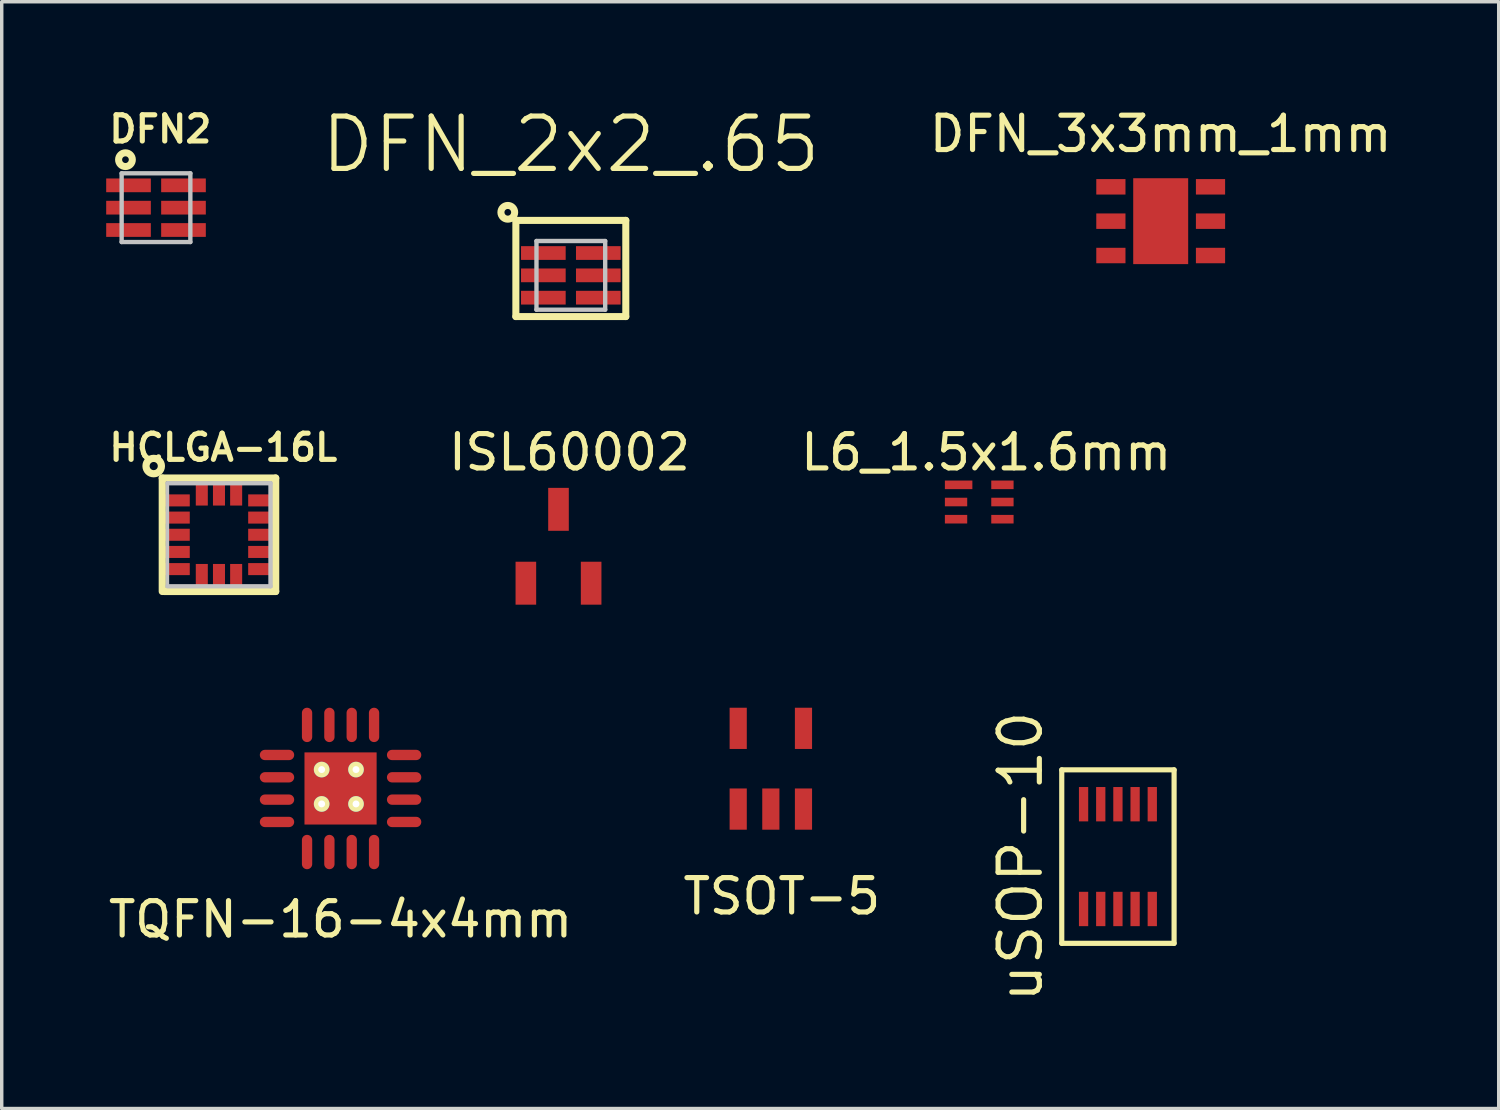
<source format=kicad_pcb>
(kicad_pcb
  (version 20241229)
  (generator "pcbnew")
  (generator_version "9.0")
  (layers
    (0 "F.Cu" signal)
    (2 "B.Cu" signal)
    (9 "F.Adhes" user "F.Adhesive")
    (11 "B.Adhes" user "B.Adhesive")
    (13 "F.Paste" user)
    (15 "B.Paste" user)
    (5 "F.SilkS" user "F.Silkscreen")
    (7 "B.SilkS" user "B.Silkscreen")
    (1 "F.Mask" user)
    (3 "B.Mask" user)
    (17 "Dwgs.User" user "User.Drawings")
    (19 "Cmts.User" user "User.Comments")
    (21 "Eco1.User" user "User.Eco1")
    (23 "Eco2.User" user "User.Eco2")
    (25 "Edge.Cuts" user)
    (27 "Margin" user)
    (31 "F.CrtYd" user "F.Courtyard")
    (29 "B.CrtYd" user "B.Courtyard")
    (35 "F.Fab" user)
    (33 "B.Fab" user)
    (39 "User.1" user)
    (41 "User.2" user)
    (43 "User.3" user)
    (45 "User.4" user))
  (footprint "DFN_2x2_.65"
    (layer "F.Cu")
    (at 13.566 4.965)
    (property "Reference" "DFN_2x2_.65" (at 0 -3.81 0) (layer "F.SilkS") (effects (font (size 1.524 1.524) (thickness 0.15))))
    (attr through_hole)
    (fp_line (start -1.6 -1.6) (end -1.6 1.2) (stroke (width 0.205) (type solid)) (layer "F.SilkS"))
    (fp_line (start -1.6 1.2) (end 1.6 1.2) (stroke (width 0.205) (type solid)) (layer "F.SilkS"))
    (fp_line (start 1.6 -1.6) (end -1.6 -1.6) (stroke (width 0.205) (type solid)) (layer "F.SilkS"))
    (fp_line (start 1.6 1.2) (end 1.6 -1.6) (stroke (width 0.205) (type solid)) (layer "F.SilkS"))
    (fp_circle (center -1.835 -1.835) (end -1.635 -1.835) (stroke (width 0.205) (type solid)) (fill no) (layer "F.SilkS"))
    (fp_line (start -1 -1) (end -1 1) (stroke (width 0.127) (type solid)) (layer "Dwgs.User"))
    (fp_line (start -1 1) (end 1 1) (stroke (width 0.127) (type solid)) (layer "Dwgs.User"))
    (fp_line (start 1 -1) (end -1 -1) (stroke (width 0.127) (type solid)) (layer "Dwgs.User"))
    (fp_line (start 1 1) (end 1 -1) (stroke (width 0.127) (type solid)) (layer "Dwgs.User"))
    (pad "1" smd rect (at -0.8 -0.65 90) (size 0.4 1.3) (layers "F.Cu" "F.Mask" "F.Paste"))
    (pad "2" smd rect (at -0.8 0 90) (size 0.4 1.3) (layers "F.Cu" "F.Mask" "F.Paste"))
    (pad "3" smd rect (at -0.8 0.65 90) (size 0.4 1.3) (layers "F.Cu" "F.Mask" "F.Paste"))
    (pad "4" smd rect (at 0.8 0.65 90) (size 0.4 1.3) (layers "F.Cu" "F.Mask" "F.Paste"))
    (pad "5" smd rect (at 0.8 0 90) (size 0.4 1.3) (layers "F.Cu" "F.Mask" "F.Paste"))
    (pad "6" smd rect (at 0.8 -0.65 90) (size 0.4 1.3) (layers "F.Cu" "F.Mask" "F.Paste")))
  (footprint "DFN_3x3mm_1mm"
    (layer "F.Cu")
    (at 30.736 3.388)
    (property "Reference" "DFN_3x3mm_1mm" (at 0 -2.54 0) (layer "F.SilkS") (effects (font (size 1 1) (thickness 0.15))))
    (attr through_hole)
    (pad "1" smd rect (at -1.45 -1 90) (size 0.45 0.85) (layers "F.Cu" "F.Mask" "F.Paste"))
    (pad "2" smd rect (at -1.45 0 90) (size 0.45 0.85) (layers "F.Cu" "F.Mask" "F.Paste"))
    (pad "3" smd rect (at -1.45 1 90) (size 0.45 0.85) (layers "F.Cu" "F.Mask" "F.Paste"))
    (pad "4" smd rect (at 1.45 1 90) (size 0.45 0.85) (layers "F.Cu" "F.Mask" "F.Paste"))
    (pad "5" smd rect (at 1.45 0 90) (size 0.45 0.85) (layers "F.Cu" "F.Mask" "F.Paste"))
    (pad "6" smd rect (at 1.45 -1 90) (size 0.45 0.85) (layers "F.Cu" "F.Mask" "F.Paste"))
    (pad "7" smd rect (at 0 0 180) (size 1.6 2.5) (layers "F.Cu" "F.Mask" "F.Paste")))
  (footprint "TSOT-5"
    (layer "F.Cu")
    (at 18.438 20.501)
    (property "Reference" "TSOT-5" (at 1.27 2.54 0) (layer "F.SilkS") (effects (font (size 1 1) (thickness 0.15))))
    (attr through_hole)
    (pad "1" smd rect (at 0 0) (size 0.5 1.2) (layers "F.Cu" "F.Mask" "F.Paste"))
    (pad "2" smd rect (at 0.95 0) (size 0.5 1.2) (layers "F.Cu" "F.Mask" "F.Paste"))
    (pad "3" smd rect (at 1.9 0) (size 0.5 1.2) (layers "F.Cu" "F.Mask" "F.Paste"))
    (pad "4" smd rect (at 1.9 -2.35) (size 0.5 1.2) (layers "F.Cu" "F.Mask" "F.Paste"))
    (pad "5" smd rect (at 0 -2.35) (size 0.5 1.2) (layers "F.Cu" "F.Mask" "F.Paste")))
  (footprint "DFN2"
    (layer "F.Cu")
    (at 1.491 2.995)
    (property "Reference" "DFN2" (at 0.127 -2.286 0) (layer "F.SilkS") (effects (font (size 0.762 0.762) (thickness 0.15))))
    (attr through_hole)
    (fp_circle (center -0.889 -1.397) (end -0.689 -1.397) (stroke (width 0.205) (type solid)) (fill no) (layer "F.SilkS"))
    (fp_line (start -1 -1) (end -1 1) (stroke (width 0.127) (type solid)) (layer "Dwgs.User"))
    (fp_line (start -1 1) (end 1 1) (stroke (width 0.127) (type solid)) (layer "Dwgs.User"))
    (fp_line (start 1 -1) (end -1 -1) (stroke (width 0.127) (type solid)) (layer "Dwgs.User"))
    (fp_line (start 1 1) (end 1 -1) (stroke (width 0.127) (type solid)) (layer "Dwgs.User"))
    (pad "1" smd rect (at -0.8 -0.65 90) (size 0.4 1.3) (layers "F.Cu" "F.Mask" "F.Paste"))
    (pad "2" smd rect (at -0.8 0 90) (size 0.4 1.3) (layers "F.Cu" "F.Mask" "F.Paste"))
    (pad "3" smd rect (at -0.8 0.65 90) (size 0.4 1.3) (layers "F.Cu" "F.Mask" "F.Paste"))
    (pad "4" smd rect (at 0.8 0.65 90) (size 0.4 1.3) (layers "F.Cu" "F.Mask" "F.Paste"))
    (pad "5" smd rect (at 0.8 0 90) (size 0.4 1.3) (layers "F.Cu" "F.Mask" "F.Paste"))
    (pad "6" smd rect (at 0.8 -0.65 90) (size 0.4 1.3) (layers "F.Cu" "F.Mask" "F.Paste")))
  (footprint "L6_1.5x1.6mm"
    (layer "F.Cu")
    (at 25.454 11.563)
    (property "Reference" "L6_1.5x1.6mm" (at 0.203 -1.448 0) (layer "F.SilkS") (effects (font (size 1 1) (thickness 0.15))))
    (attr through_hole)
    (pad "1" smd rect (at -0.6 -0.5) (size 0.8 0.25) (layers "F.Cu" "F.Mask" "F.Paste"))
    (pad "2" smd rect (at -0.675 0) (size 0.65 0.25) (layers "F.Cu" "F.Mask" "F.Paste"))
    (pad "3" smd rect (at -0.675 0.5) (size 0.65 0.25) (layers "F.Cu" "F.Mask" "F.Paste"))
    (pad "4" smd rect (at 0.675 0.5) (size 0.65 0.25) (layers "F.Cu" "F.Mask" "F.Paste"))
    (pad "5" smd rect (at 0.675 0) (size 0.65 0.25) (layers "F.Cu" "F.Mask" "F.Paste"))
    (pad "6" smd rect (at 0.675 -0.5) (size 0.65 0.25) (layers "F.Cu" "F.Mask" "F.Paste")))
  (footprint "ISL60002"
    (layer "F.Cu")
    (at 12.257 13.926)
    (property "Reference" "ISL60002" (at 1.27 -3.81 0) (layer "F.SilkS") (effects (font (size 1 1) (thickness 0.15))))
    (attr through_hole)
    (pad "1" smd rect (at 0 0) (size 0.6 1.25) (layers "F.Cu" "F.Mask" "F.Paste"))
    (pad "2" smd rect (at 1.9 0) (size 0.6 1.25) (layers "F.Cu" "F.Mask" "F.Paste"))
    (pad "3" smd rect (at 0.95 -2.15) (size 0.6 1.25) (layers "F.Cu" "F.Mask" "F.Paste")))
  (footprint "uSOP-10"
    (layer "F.Cu")
    (at 29.491 21.884)
    (property "Reference" "uSOP-10" (at -2.835 0 90) (layer "F.SilkS") (effects (font (size 1.2 1.2) (thickness 0.15))))
    (attr through_hole)
    (fp_line (start -1.635 -2.525) (end -1.635 2.525) (stroke (width 0.15) (type solid)) (layer "F.SilkS"))
    (fp_line (start -1.635 2.525) (end 1.635 2.525) (stroke (width 0.15) (type solid)) (layer "F.SilkS"))
    (fp_line (start 1.635 -2.525) (end -1.635 -2.525) (stroke (width 0.15) (type solid)) (layer "F.SilkS"))
    (fp_line (start 1.635 2.525) (end 1.635 -2.525) (stroke (width 0.15) (type solid)) (layer "F.SilkS"))
    (pad "1" smd rect (at -1 1.525) (size 0.27 1) (layers "F.Cu" "F.Mask" "F.Paste"))
    (pad "2" smd rect (at -0.5 1.525) (size 0.27 1) (layers "F.Cu" "F.Mask" "F.Paste"))
    (pad "3" smd rect (at 0 1.525) (size 0.27 1) (layers "F.Cu" "F.Mask" "F.Paste"))
    (pad "4" smd rect (at 0.5 1.525) (size 0.27 1) (layers "F.Cu" "F.Mask" "F.Paste"))
    (pad "5" smd rect (at 1 1.525) (size 0.27 1) (layers "F.Cu" "F.Mask" "F.Paste"))
    (pad "6" smd rect (at 1 -1.525) (size 0.27 1) (layers "F.Cu" "F.Mask" "F.Paste"))
    (pad "7" smd rect (at 0.5 -1.525) (size 0.27 1) (layers "F.Cu" "F.Mask" "F.Paste"))
    (pad "8" smd rect (at 0 -1.525) (size 0.27 1) (layers "F.Cu" "F.Mask" "F.Paste"))
    (pad "9" smd rect (at -0.5 -1.525) (size 0.27 1) (layers "F.Cu" "F.Mask" "F.Paste"))
    (pad "10" smd rect (at -1 -1.525) (size 0.27 1) (layers "F.Cu" "F.Mask" "F.Paste")))
  (footprint "TQFN-16-4x4mm"
    (layer "F.Cu")
    (at 6.863 19.901)
    (property "Reference" "TQFN-16-4x4mm" (at 0 3.81 0) (layer "F.SilkS") (effects (font (size 1 1) (thickness 0.15))))
    (attr through_hole)
    (pad "1" smd oval (at -1.85 -0.975 90) (size 0.3 1) (layers "F.Cu" "F.Mask" "F.Paste"))
    (pad "2" smd oval (at -1.85 -0.325 90) (size 0.3 1) (layers "F.Cu" "F.Mask" "F.Paste"))
    (pad "3" smd oval (at -1.85 0.325 90) (size 0.3 1) (layers "F.Cu" "F.Mask" "F.Paste"))
    (pad "4" smd oval (at -1.85 0.975 90) (size 0.3 1) (layers "F.Cu" "F.Mask" "F.Paste"))
    (pad "5" smd oval (at -0.975 1.85) (size 0.3 1) (layers "F.Cu" "F.Mask" "F.Paste"))
    (pad "6" smd oval (at -0.325 1.85) (size 0.3 1) (layers "F.Cu" "F.Mask" "F.Paste"))
    (pad "7" smd oval (at 0.325 1.85) (size 0.3 1) (layers "F.Cu" "F.Mask" "F.Paste"))
    (pad "8" smd oval (at 0.975 1.85) (size 0.3 1) (layers "F.Cu" "F.Mask" "F.Paste"))
    (pad "9" smd oval (at 1.85 0.975 90) (size 0.3 1) (layers "F.Cu" "F.Mask" "F.Paste"))
    (pad "10" smd oval (at 1.85 0.325 90) (size 0.3 1) (layers "F.Cu" "F.Mask" "F.Paste"))
    (pad "11" smd oval (at 1.85 -0.325 90) (size 0.3 1) (layers "F.Cu" "F.Mask" "F.Paste"))
    (pad "12" smd oval (at 1.85 -0.975 90) (size 0.3 1) (layers "F.Cu" "F.Mask" "F.Paste"))
    (pad "13" smd oval (at 0.975 -1.85 180) (size 0.3 1) (layers "F.Cu" "F.Mask" "F.Paste"))
    (pad "14" smd oval (at 0.325 -1.85 180) (size 0.3 1) (layers "F.Cu" "F.Mask" "F.Paste"))
    (pad "15" smd oval (at -0.325 -1.85 180) (size 0.3 1) (layers "F.Cu" "F.Mask" "F.Paste"))
    (pad "16" smd oval (at -0.975 -1.85 180) (size 0.3 1) (layers "F.Cu" "F.Mask" "F.Paste"))
    (pad "17" thru_hole circle (at -0.55 -0.55 180) (size 0.457 0.457) (drill 0.203) (layers "*.Cu" "F.SilkS"))
    (pad "17" thru_hole circle (at -0.55 0.45 180) (size 0.457 0.457) (drill 0.203) (layers "*.Cu" "F.SilkS"))
    (pad "17" smd rect (at 0 0 180) (size 2.1 2.1) (layers "F.Cu" "F.Mask" "F.Paste"))
    (pad "17" thru_hole circle (at 0.45 -0.55 180) (size 0.457 0.457) (drill 0.203) (layers "*.Cu" "F.SilkS"))
    (pad "17" thru_hole circle (at 0.45 0.45 180) (size 0.457 0.457) (drill 0.203) (layers "*.Cu" "F.SilkS")))
  (footprint "HCLGA-16L"
    (layer "F.Cu")
    (at 3.324 12.516)
    (property "Reference" "HCLGA-16L" (at 0.127 -2.54 0) (layer "F.SilkS") (effects (font (size 0.762 0.762) (thickness 0.15))))
    (attr through_hole)
    (fp_line (start -1.65 -1.65) (end -1.65 1.65) (stroke (width 0.21) (type solid)) (layer "F.SilkS"))
    (fp_line (start -1.6 1.65) (end 1.65 1.65) (stroke (width 0.21) (type solid)) (layer "F.SilkS"))
    (fp_line (start 1.65 -1.65) (end -1.65 -1.65) (stroke (width 0.21) (type solid)) (layer "F.SilkS"))
    (fp_line (start 1.65 1.65) (end 1.65 -1.65) (stroke (width 0.21) (type solid)) (layer "F.SilkS"))
    (fp_circle (center -1.9 -2) (end -1.676 -2) (stroke (width 0.21) (type solid)) (fill no) (layer "F.SilkS"))
    (fp_line (start -1.5 -1.5) (end 1.5 -1.5) (stroke (width 0.127) (type solid)) (layer "Dwgs.User"))
    (fp_line (start -1.5 1.5) (end -1.5 -1.5) (stroke (width 0.1) (type solid)) (layer "Dwgs.User"))
    (fp_line (start 1.5 -1.5) (end 1.5 1.5) (stroke (width 0.127) (type solid)) (layer "Dwgs.User"))
    (fp_line (start 1.5 1.5) (end -1.5 1.5) (stroke (width 0.127) (type solid)) (layer "Dwgs.User"))
    (pad "1" smd rect (at -1.25 -1) (size 0.8 0.35) (layers "F.Cu" "F.Mask" "F.Paste"))
    (pad "2" smd rect (at -1.25 -0.5) (size 0.8 0.35) (layers "F.Cu" "F.Mask" "F.Paste"))
    (pad "3" smd rect (at -1.25 0) (size 0.8 0.35) (layers "F.Cu" "F.Mask" "F.Paste"))
    (pad "4" smd rect (at -1.25 0.5) (size 0.8 0.35) (layers "F.Cu" "F.Mask" "F.Paste"))
    (pad "5" smd rect (at -1.25 1) (size 0.8 0.35) (layers "F.Cu" "F.Mask" "F.Paste"))
    (pad "6" smd rect (at -0.5 1.25 90) (size 0.8 0.35) (layers "F.Cu" "F.Mask" "F.Paste"))
    (pad "7" smd rect (at 0 1.25 90) (size 0.8 0.35) (layers "F.Cu" "F.Mask" "F.Paste"))
    (pad "8" smd rect (at 0.5 1.25 90) (size 0.8 0.35) (layers "F.Cu" "F.Mask" "F.Paste"))
    (pad "9" smd rect (at 1.25 1) (size 0.8 0.35) (layers "F.Cu" "F.Mask" "F.Paste"))
    (pad "10" smd rect (at 1.25 0.5) (size 0.8 0.35) (layers "F.Cu" "F.Mask" "F.Paste"))
    (pad "11" smd rect (at 1.25 0) (size 0.8 0.35) (layers "F.Cu" "F.Mask" "F.Paste"))
    (pad "12" smd rect (at 1.25 -0.5) (size 0.8 0.35) (layers "F.Cu" "F.Mask" "F.Paste"))
    (pad "13" smd rect (at 1.25 -1) (size 0.8 0.35) (layers "F.Cu" "F.Mask" "F.Paste"))
    (pad "14" smd rect (at 0.5 -1.25 90) (size 0.8 0.35) (layers "F.Cu" "F.Mask" "F.Paste"))
    (pad "15" smd rect (at 0 -1.25 90) (size 0.8 0.35) (layers "F.Cu" "F.Mask" "F.Paste"))
    (pad "16" smd rect (at -0.5 -1.25 90) (size 0.8 0.35) (layers "F.Cu" "F.Mask" "F.Paste")))
  (gr_rect
    (start -3 -3)
    (end 40.575 29.218)
    (stroke (width 0.1) (type default))
    (fill no)
    (layer "Edge.Cuts")))
</source>
